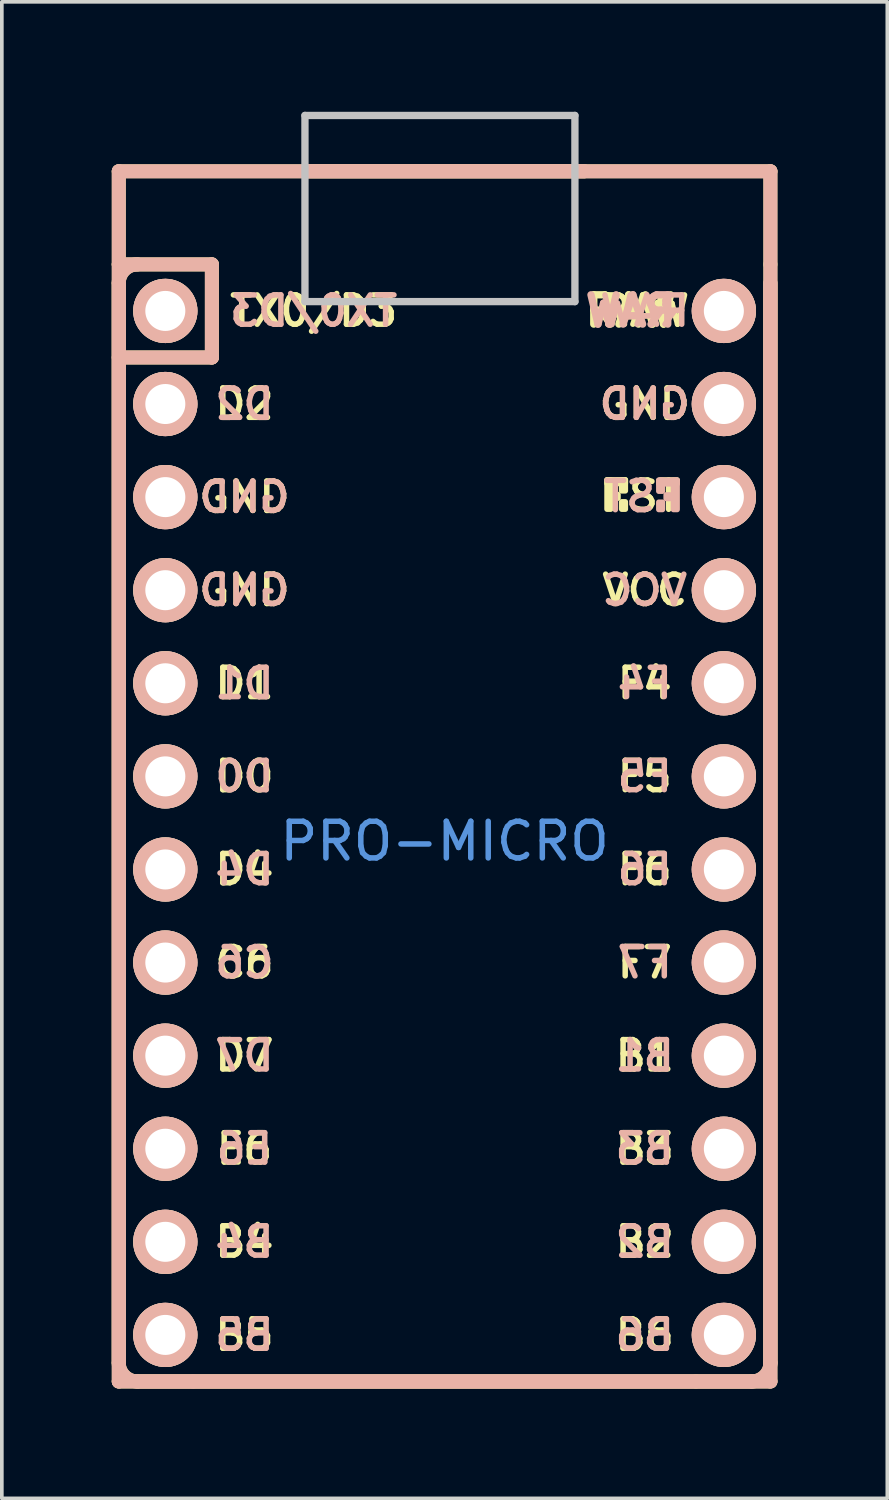
<source format=kicad_pcb>
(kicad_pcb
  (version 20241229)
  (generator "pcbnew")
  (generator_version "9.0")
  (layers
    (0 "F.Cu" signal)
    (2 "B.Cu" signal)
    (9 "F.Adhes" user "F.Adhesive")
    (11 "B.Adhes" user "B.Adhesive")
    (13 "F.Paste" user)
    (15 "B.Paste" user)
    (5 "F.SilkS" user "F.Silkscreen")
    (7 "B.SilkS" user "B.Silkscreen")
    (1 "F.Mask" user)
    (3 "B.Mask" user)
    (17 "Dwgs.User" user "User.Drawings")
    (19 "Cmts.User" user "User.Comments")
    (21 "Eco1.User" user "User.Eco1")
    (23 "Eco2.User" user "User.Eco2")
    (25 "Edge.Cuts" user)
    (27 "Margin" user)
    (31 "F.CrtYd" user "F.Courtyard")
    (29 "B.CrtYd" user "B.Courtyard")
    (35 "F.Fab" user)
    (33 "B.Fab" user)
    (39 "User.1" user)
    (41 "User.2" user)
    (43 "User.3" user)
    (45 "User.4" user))
  (footprint "PRO-MICRO"
    (layer "F.Cu")
    (at 9.081 19.404)
    (property "Reference" "PRO-MICRO" (at 0 0.5 0) (layer "Cmts.User") (effects (font (size 1 1) (thickness 0.15))))
    (attr through_hole)
    (fp_line (start -8.89 -17.78) (end -8.89 -15.24) (stroke (width 0.381) (type solid)) (layer "F.SilkS"))
    (fp_line (start -8.89 -15.24) (end -8.89 15.24) (stroke (width 0.381) (type solid)) (layer "F.SilkS"))
    (fp_line (start -8.89 -14.732) (end -8.89 14.732) (stroke (width 0.381) (type solid)) (layer "F.SilkS"))
    (fp_line (start -8.89 15.24) (end 8.89 15.24) (stroke (width 0.381) (type solid)) (layer "F.SilkS"))
    (fp_line (start -8.382 15.24) (end 6.858 15.24) (stroke (width 0.381) (type solid)) (layer "F.SilkS"))
    (fp_line (start -6.35 -15.24) (end -8.89 -15.24) (stroke (width 0.381) (type solid)) (layer "F.SilkS"))
    (fp_line (start -6.35 -15.24) (end -6.35 -12.7) (stroke (width 0.381) (type solid)) (layer "F.SilkS"))
    (fp_line (start -6.35 -12.7) (end -8.89 -12.7) (stroke (width 0.381) (type solid)) (layer "F.SilkS"))
    (fp_line (start -3.81 -17.78) (end 3.81 -17.78) (stroke (width 0.381) (type solid)) (layer "F.SilkS"))
    (fp_line (start 6.858 15.24) (end 8.382 15.24) (stroke (width 0.381) (type solid)) (layer "F.SilkS"))
    (fp_line (start 8.89 -17.78) (end -8.89 -17.78) (stroke (width 0.381) (type solid)) (layer "F.SilkS"))
    (fp_line (start 8.89 -15.24) (end 8.89 -17.78) (stroke (width 0.381) (type solid)) (layer "F.SilkS"))
    (fp_line (start 8.89 14.732) (end 8.89 -14.732) (stroke (width 0.381) (type solid)) (layer "F.SilkS"))
    (fp_line (start 8.89 15.24) (end 8.89 -15.24) (stroke (width 0.381) (type solid)) (layer "F.SilkS"))
    (fp_arc (start -8.89 -14.732) (mid -8.74121 -15.09121) (end -8.382 -15.24) (stroke (width 0.381) (type solid)) (layer "F.SilkS"))
    (fp_arc (start -8.382 15.24) (mid -8.74121 15.09121) (end -8.89 14.732) (stroke (width 0.381) (type solid)) (layer "F.SilkS"))
    (fp_arc (start 8.89 14.732) (mid 8.74121 15.09121) (end 8.382 15.24) (stroke (width 0.381) (type solid)) (layer "F.SilkS"))
    (fp_poly (pts (xy 4.532 -9.361) (xy 4.532 -8.561) (xy 4.432 -8.561) (xy 4.432 -9.361)) (stroke (width 0.15) (type solid)) (fill yes) (layer "F.SilkS"))
    (fp_poly (pts (xy 4.732 -8.961) (xy 4.732 -8.861) (xy 4.632 -8.861) (xy 4.632 -8.961)) (stroke (width 0.15) (type solid)) (fill yes) (layer "F.SilkS"))
    (fp_poly (pts (xy 4.932 -9.361) (xy 4.932 -9.261) (xy 4.432 -9.261) (xy 4.432 -9.361)) (stroke (width 0.15) (type solid)) (fill yes) (layer "F.SilkS"))
    (fp_poly (pts (xy 4.932 -9.361) (xy 4.932 -9.061) (xy 4.832 -9.061) (xy 4.832 -9.361)) (stroke (width 0.15) (type solid)) (fill yes) (layer "F.SilkS"))
    (fp_poly (pts (xy 4.932 -8.761) (xy 4.932 -8.561) (xy 4.832 -8.561) (xy 4.832 -8.761)) (stroke (width 0.15) (type solid)) (fill yes) (layer "F.SilkS"))
    (fp_line (start -8.89 -17.78) (end -8.89 15.24) (stroke (width 0.381) (type solid)) (layer "B.SilkS"))
    (fp_line (start -8.89 14.732) (end -8.89 -14.732) (stroke (width 0.381) (type solid)) (layer "B.SilkS"))
    (fp_line (start -8.89 15.24) (end 8.89 15.24) (stroke (width 0.381) (type solid)) (layer "B.SilkS"))
    (fp_line (start -6.858 15.24) (end -8.382 15.24) (stroke (width 0.381) (type solid)) (layer "B.SilkS"))
    (fp_line (start -6.35 -15.24) (end -8.89 -15.24) (stroke (width 0.381) (type solid)) (layer "B.SilkS"))
    (fp_line (start -6.35 -15.24) (end -6.35 -12.7) (stroke (width 0.381) (type solid)) (layer "B.SilkS"))
    (fp_line (start -6.35 -12.7) (end -8.89 -12.7) (stroke (width 0.381) (type solid)) (layer "B.SilkS"))
    (fp_line (start 3.81 -17.78) (end -3.81 -17.78) (stroke (width 0.381) (type solid)) (layer "B.SilkS"))
    (fp_line (start 8.382 15.24) (end -6.858 15.24) (stroke (width 0.381) (type solid)) (layer "B.SilkS"))
    (fp_line (start 8.89 -17.78) (end -8.89 -17.78) (stroke (width 0.381) (type solid)) (layer "B.SilkS"))
    (fp_line (start 8.89 -14.732) (end 8.89 14.732) (stroke (width 0.381) (type solid)) (layer "B.SilkS"))
    (fp_line (start 8.89 15.24) (end 8.89 -17.78) (stroke (width 0.381) (type solid)) (layer "B.SilkS"))
    (fp_arc (start -8.89 -14.732) (mid -8.74121 -15.09121) (end -8.382 -15.24) (stroke (width 0.381) (type solid)) (layer "B.SilkS"))
    (fp_arc (start -8.382 15.24) (mid -8.74121 15.09121) (end -8.89 14.732) (stroke (width 0.381) (type solid)) (layer "B.SilkS"))
    (fp_arc (start 8.89 14.732) (mid 8.74121 15.09121) (end 8.382 15.24) (stroke (width 0.381) (type solid)) (layer "B.SilkS"))
    (fp_poly (pts (xy 5.845 -9.351) (xy 5.845 -9.251) (xy 6.345 -9.251) (xy 6.345 -9.351)) (stroke (width 0.15) (type solid)) (fill yes) (layer "B.SilkS"))
    (fp_poly (pts (xy 5.845 -9.351) (xy 5.845 -9.051) (xy 5.945 -9.051) (xy 5.945 -9.351)) (stroke (width 0.15) (type solid)) (fill yes) (layer "B.SilkS"))
    (fp_poly (pts (xy 5.845 -8.751) (xy 5.845 -8.551) (xy 5.945 -8.551) (xy 5.945 -8.751)) (stroke (width 0.15) (type solid)) (fill yes) (layer "B.SilkS"))
    (fp_poly (pts (xy 6.045 -8.951) (xy 6.045 -8.851) (xy 6.145 -8.851) (xy 6.145 -8.951)) (stroke (width 0.15) (type solid)) (fill yes) (layer "B.SilkS"))
    (fp_poly (pts (xy 6.245 -9.351) (xy 6.245 -8.551) (xy 6.345 -8.551) (xy 6.345 -9.351)) (stroke (width 0.15) (type solid)) (fill yes) (layer "B.SilkS"))
    (fp_line (start -3.81 -19.304) (end 3.556 -19.304) (stroke (width 0.2) (type solid)) (layer "Dwgs.User"))
    (fp_line (start -3.81 -14.224) (end -3.81 -19.304) (stroke (width 0.2) (type solid)) (layer "Dwgs.User"))
    (fp_line (start 3.556 -19.304) (end 3.556 -14.224) (stroke (width 0.2) (type solid)) (layer "Dwgs.User"))
    (fp_line (start 3.556 -14.224) (end -3.81 -14.224) (stroke (width 0.2) (type solid)) (layer "Dwgs.User"))
    (fp_text user "F6" (at 5.461 1.27 0) (layer "F.SilkS") (effects (font (size 0.8 0.8) (thickness 0.15))))
    (fp_text user "RAW" (at 5.08 -13.97 0) (layer "F.SilkS") (effects (font (size 0.8 0.8) (thickness 0.2))))
    (fp_text user "D0" (at -5.461 -1.27 0) (layer "F.SilkS") (effects (font (size 0.8 0.8) (thickness 0.15))))
    (fp_text user "B2" (at 5.461 11.43 0) (layer "F.SilkS") (effects (font (size 0.8 0.8) (thickness 0.15))))
    (fp_text user "RAW" (at 5.461 -13.97 0) (layer "F.SilkS") (effects (font (size 0.8 0.8) (thickness 0.15))))
    (fp_text user "VCC" (at 5.461 -6.35 0) (layer "F.SilkS") (effects (font (size 0.8 0.8) (thickness 0.15))))
    (fp_text user "GND" (at -5.461 -6.35 0) (layer "F.SilkS") (effects (font (size 0.8 0.8) (thickness 0.15))))
    (fp_text user "GND" (at -5.461 -8.89 0) (layer "F.SilkS") (effects (font (size 0.8 0.8) (thickness 0.15))))
    (fp_text user "D2" (at -5.461 -11.43 0) (layer "F.SilkS") (effects (font (size 0.8 0.8) (thickness 0.15))))
    (fp_text user "F4" (at 5.461 -3.81 0) (layer "F.SilkS") (effects (font (size 0.8 0.8) (thickness 0.15))))
    (fp_text user "B5" (at -5.461 13.97 0) (layer "F.SilkS") (effects (font (size 0.8 0.8) (thickness 0.15))))
    (fp_text user "D1" (at -5.461 -3.81 0) (layer "F.SilkS") (effects (font (size 0.8 0.8) (thickness 0.15))))
    (fp_text user "GND" (at 5.461 -11.43 0) (layer "F.SilkS") (effects (font (size 0.8 0.8) (thickness 0.15))))
    (fp_text user "B4" (at -5.461 11.43 0) (layer "F.SilkS") (effects (font (size 0.8 0.8) (thickness 0.15))))
    (fp_text user "B1" (at 5.461 6.35 0) (layer "F.SilkS") (effects (font (size 0.8 0.8) (thickness 0.15))))
    (fp_text user "TX0/D3" (at -3.572 -13.97 0) (layer "F.SilkS") (effects (font (size 0.8 0.8) (thickness 0.15))))
    (fp_text user "B6" (at 5.461 13.97 0) (layer "F.SilkS") (effects (font (size 0.8 0.8) (thickness 0.15))))
    (fp_text user "D7" (at -5.461 6.35 0) (layer "F.SilkS") (effects (font (size 0.8 0.8) (thickness 0.15))))
    (fp_text user "C6" (at -5.461 3.81 0) (layer "F.SilkS") (effects (font (size 0.8 0.8) (thickness 0.15))))
    (fp_text user "E6" (at -5.461 8.89 0) (layer "F.SilkS") (effects (font (size 0.8 0.8) (thickness 0.15))))
    (fp_text user "F5" (at 5.461 -1.27 0) (layer "F.SilkS") (effects (font (size 0.8 0.8) (thickness 0.15))))
    (fp_text user "B3" (at 5.461 8.89 0) (layer "F.SilkS") (effects (font (size 0.8 0.8) (thickness 0.15))))
    (fp_text user "D4" (at -5.461 1.27 0) (layer "F.SilkS") (effects (font (size 0.8 0.8) (thickness 0.15))))
    (fp_text user "ST" (at 5.733 -8.92 0) (layer "F.SilkS") (effects (font (size 0.8 0.8) (thickness 0.15))))
    (fp_text user "F7" (at 5.461 3.81 0) (layer "F.SilkS") (effects (font (size 0.8 0.8) (thickness 0.15))))
    (fp_text user "B3" (at 5.461 8.89 0) (layer "B.SilkS") (effects (font (size 0.8 0.8) (thickness 0.15)) (justify mirror)))
    (fp_text user "B4" (at -5.461 11.43 0) (layer "B.SilkS") (effects (font (size 0.8 0.8) (thickness 0.15)) (justify mirror)))
    (fp_text user "GND" (at 5.461 -11.43 0) (layer "B.SilkS") (effects (font (size 0.8 0.8) (thickness 0.15)) (justify mirror)))
    (fp_text user "D7" (at -5.461 6.35 0) (layer "B.SilkS") (effects (font (size 0.8 0.8) (thickness 0.15)) (justify mirror)))
    (fp_text user "F6" (at 5.461 1.27 0) (layer "B.SilkS") (effects (font (size 0.8 0.8) (thickness 0.15)) (justify mirror)))
    (fp_text user "C6" (at -5.461 3.81 0) (layer "B.SilkS") (effects (font (size 0.8 0.8) (thickness 0.15)) (justify mirror)))
    (fp_text user "VCC" (at 5.461 -6.35 0) (layer "B.SilkS") (effects (font (size 0.8 0.8) (thickness 0.15)) (justify mirror)))
    (fp_text user "B5" (at -5.461 13.97 0) (layer "B.SilkS") (effects (font (size 0.8 0.8) (thickness 0.15)) (justify mirror)))
    (fp_text user "D4" (at -5.461 1.27 0) (layer "B.SilkS") (effects (font (size 0.8 0.8) (thickness 0.15)) (justify mirror)))
    (fp_text user "E6" (at -5.461 8.89 0) (layer "B.SilkS") (effects (font (size 0.8 0.8) (thickness 0.15)) (justify mirror)))
    (fp_text user "ST" (at 5.04 -8.91 0) (layer "B.SilkS") (effects (font (size 0.8 0.8) (thickness 0.15)) (justify mirror)))
    (fp_text user "B6" (at 5.461 13.97 0) (layer "B.SilkS") (effects (font (size 0.8 0.8) (thickness 0.15)) (justify mirror)))
    (fp_text user "B1" (at 5.461 6.35 0) (layer "B.SilkS") (effects (font (size 0.8 0.8) (thickness 0.15)) (justify mirror)))
    (fp_text user "TX0/D3" (at -3.572 -13.97 0) (layer "B.SilkS") (effects (font (size 0.8 0.8) (thickness 0.15)) (justify mirror)))
    (fp_text user "B2" (at 5.461 11.43 0) (layer "B.SilkS") (effects (font (size 0.8 0.8) (thickness 0.15)) (justify mirror)))
    (fp_text user "F5" (at 5.461 -1.27 0) (layer "B.SilkS") (effects (font (size 0.8 0.8) (thickness 0.15)) (justify mirror)))
    (fp_text user "D2" (at -5.461 -11.43 0) (layer "B.SilkS") (effects (font (size 0.8 0.8) (thickness 0.15)) (justify mirror)))
    (fp_text user "RAW" (at 5.461 -13.97 0) (layer "B.SilkS") (effects (font (size 0.8 0.8) (thickness 0.15)) (justify mirror)))
    (fp_text user "RAW" (at 5.08 -13.97 180) (layer "B.SilkS") (effects (font (size 0.8 0.8) (thickness 0.2)) (justify mirror)))
    (fp_text user "GND" (at -5.461 -6.35 0) (layer "B.SilkS") (effects (font (size 0.8 0.8) (thickness 0.15)) (justify mirror)))
    (fp_text user "D0" (at -5.461 -1.27 0) (layer "B.SilkS") (effects (font (size 0.8 0.8) (thickness 0.15)) (justify mirror)))
    (fp_text user "F7" (at 5.461 3.81 0) (layer "B.SilkS") (effects (font (size 0.8 0.8) (thickness 0.15)) (justify mirror)))
    (fp_text user "GND" (at -5.461 -8.89 0) (layer "B.SilkS") (effects (font (size 0.8 0.8) (thickness 0.15)) (justify mirror)))
    (fp_text user "F4" (at 5.461 -3.81 0) (layer "B.SilkS") (effects (font (size 0.8 0.8) (thickness 0.15)) (justify mirror)))
    (fp_text user "D1" (at -5.461 -3.81 0) (layer "B.SilkS") (effects (font (size 0.8 0.8) (thickness 0.15)) (justify mirror)))
    (pad "B1" thru_hole circle (at 7.62 6.35 270) (size 1.753 1.753) (drill 1.092) (layers "*.Cu" "*.SilkS" "*.Mask"))
    (pad "B2" thru_hole circle (at 7.62 11.43 270) (size 1.753 1.753) (drill 1.092) (layers "*.Cu" "*.SilkS" "*.Mask"))
    (pad "B3" thru_hole circle (at 7.62 8.89 270) (size 1.753 1.753) (drill 1.092) (layers "*.Cu" "*.SilkS" "*.Mask"))
    (pad "B4" thru_hole circle (at -7.62 11.43 270) (size 1.753 1.753) (drill 1.092) (layers "*.Cu" "*.SilkS" "*.Mask"))
    (pad "B5" thru_hole circle (at -7.62 13.97 270) (size 1.753 1.753) (drill 1.092) (layers "*.Cu" "*.SilkS" "*.Mask"))
    (pad "B6" thru_hole circle (at 7.62 13.97 270) (size 1.753 1.753) (drill 1.092) (layers "*.Cu" "*.SilkS" "*.Mask"))
    (pad "C6" thru_hole circle (at -7.62 3.81 270) (size 1.753 1.753) (drill 1.092) (layers "*.Cu" "*.SilkS" "*.Mask"))
    (pad "D0" thru_hole circle (at -7.62 -1.27 270) (size 1.753 1.753) (drill 1.092) (layers "*.Cu" "*.SilkS" "*.Mask"))
    (pad "D1" thru_hole circle (at -7.62 -3.81 270) (size 1.753 1.753) (drill 1.092) (layers "*.Cu" "*.SilkS" "*.Mask"))
    (pad "D2" thru_hole circle (at -7.62 -11.43 270) (size 1.753 1.753) (drill 1.092) (layers "*.Cu" "*.SilkS" "*.Mask"))
    (pad "D3" thru_hole circle (at -7.62 -13.97 90) (size 1.753 1.753) (drill 1.092) (layers "*.Cu" "*.SilkS" "*.Mask"))
    (pad "D4" thru_hole circle (at -7.62 1.27 270) (size 1.753 1.753) (drill 1.092) (layers "*.Cu" "*.SilkS" "*.Mask"))
    (pad "D7" thru_hole circle (at -7.62 6.35 270) (size 1.753 1.753) (drill 1.092) (layers "*.Cu" "*.SilkS" "*.Mask"))
    (pad "E6" thru_hole circle (at -7.62 8.89 270) (size 1.753 1.753) (drill 1.092) (layers "*.Cu" "*.SilkS" "*.Mask"))
    (pad "F4" thru_hole circle (at 7.62 -3.81 270) (size 1.753 1.753) (drill 1.092) (layers "*.Cu" "*.SilkS" "*.Mask"))
    (pad "F5" thru_hole circle (at 7.62 -1.27 270) (size 1.753 1.753) (drill 1.092) (layers "*.Cu" "*.SilkS" "*.Mask"))
    (pad "F6" thru_hole circle (at 7.62 1.27 270) (size 1.753 1.753) (drill 1.092) (layers "*.Cu" "*.SilkS" "*.Mask"))
    (pad "F7" thru_hole circle (at 7.62 3.81 270) (size 1.753 1.753) (drill 1.092) (layers "*.Cu" "*.SilkS" "*.Mask"))
    (pad "GND" thru_hole circle (at -7.62 -8.89 270) (size 1.753 1.753) (drill 1.092) (layers "*.Cu" "*.SilkS" "*.Mask"))
    (pad "GND" thru_hole circle (at -7.62 -6.35 270) (size 1.753 1.753) (drill 1.092) (layers "*.Cu" "*.SilkS" "*.Mask"))
    (pad "GND" thru_hole circle (at 7.62 -11.43 270) (size 1.753 1.753) (drill 1.092) (layers "*.Cu" "*.SilkS" "*.Mask"))
    (pad "RAW" thru_hole circle (at 7.62 -13.97 270) (size 1.753 1.753) (drill 1.092) (layers "*.Cu" "*.SilkS" "*.Mask"))
    (pad "RST" thru_hole circle (at 7.62 -8.89 270) (size 1.753 1.753) (drill 1.092) (layers "*.Cu" "*.SilkS" "*.Mask"))
    (pad "VCC" thru_hole circle (at 7.62 -6.35 270) (size 1.753 1.753) (drill 1.092) (layers "*.Cu" "*.SilkS" "*.Mask")))
  (gr_rect
    (start -3 -3)
    (end 21.161 37.834)
    (stroke (width 0.1) (type default))
    (fill no)
    (layer "Edge.Cuts")))
</source>
